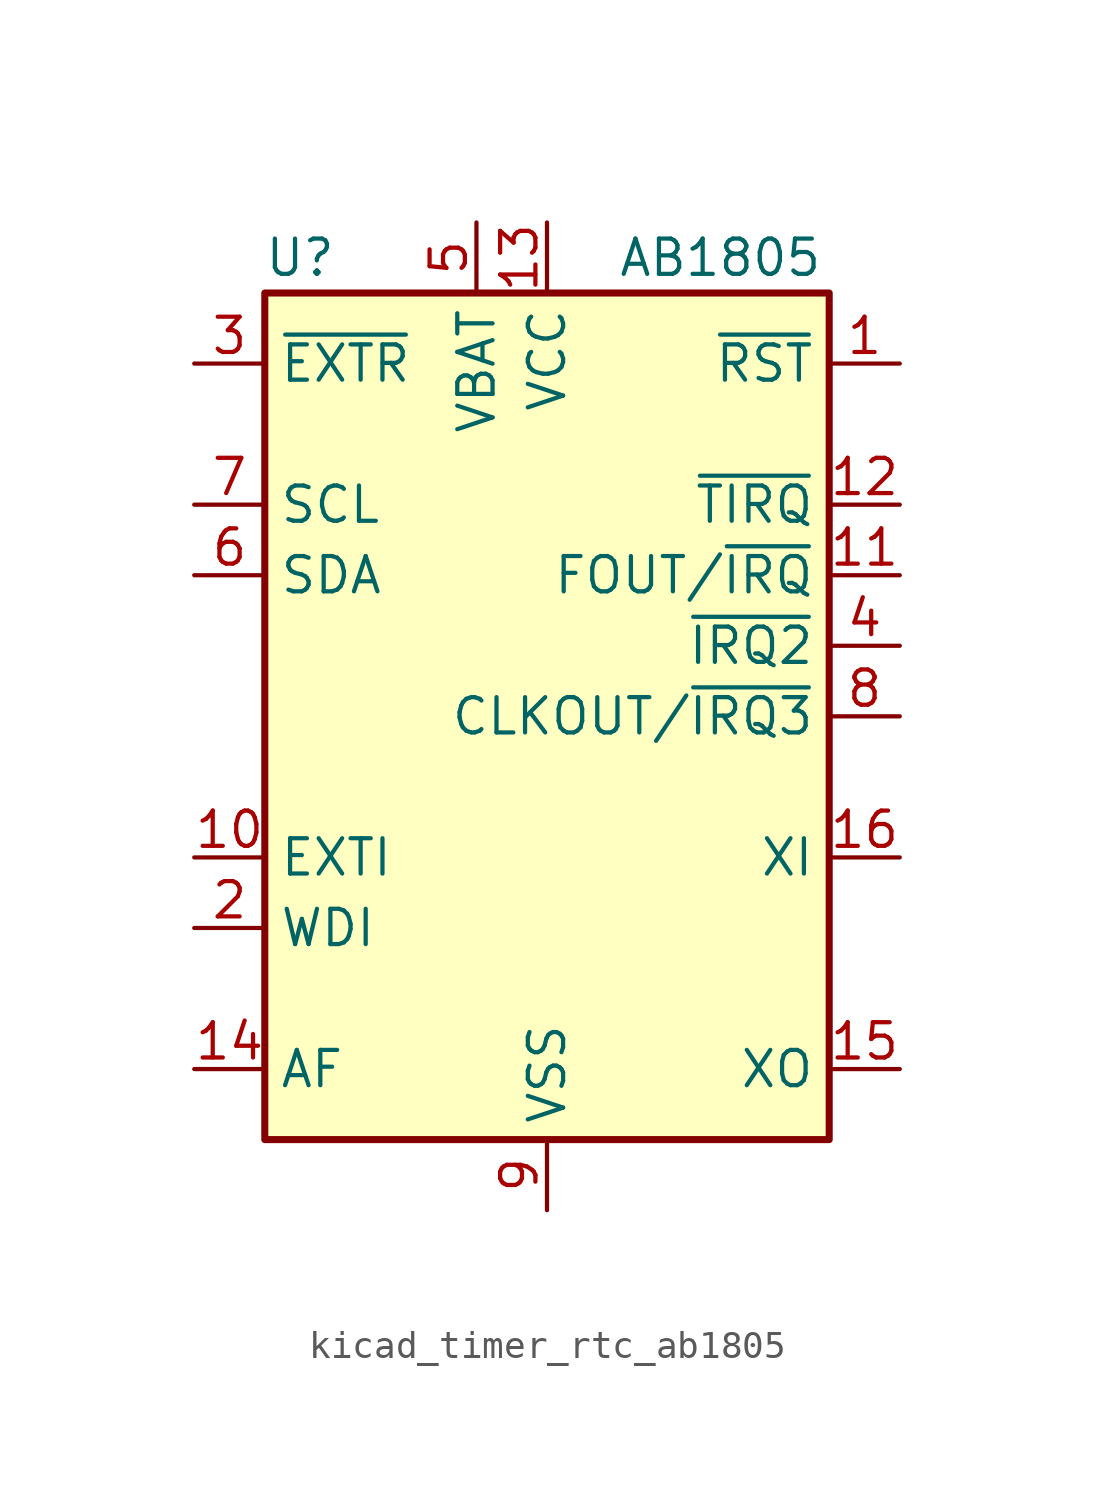
<source format=kicad_sym>
(kicad_symbol_lib
  (version 20220914)
  (generator kicad_symbol_editor)
  (symbol "kicad_timer_rtc_ab1805"
    (property "Reference" "U"
      (at -8.89 16.51 0)
      (effects (font (size 1.27 1.27))))
    (property "Value" "AB1805"
      (at 2.54 16.51 0)
      (effects (font (size 1.27 1.27)) (justify left)))
    (symbol "kicad_timer_rtc_ab1805_0_1"
      (rectangle (start -10.16 15.24) (end 10.16 -15.24) (stroke (width 0.254) (type default)) (fill (type background))))
    (symbol "kicad_timer_rtc_ab1805_1_1"
      (pin open_collector line (at 12.7 12.7 180) (length 2.54) (name "~{RST}" (effects (font (size 1.27 1.27)))) (number "1" (effects (font (size 1.27 1.27)))))
      (pin input line (at -12.7 -5.08 0) (length 2.54) (name "EXTI" (effects (font (size 1.27 1.27)))) (number "10" (effects (font (size 1.27 1.27)))))
      (pin open_collector line (at 12.7 5.08 180) (length 2.54) (name "FOUT/~{IRQ}" (effects (font (size 1.27 1.27)))) (number "11" (effects (font (size 1.27 1.27)))))
      (pin open_collector line (at 12.7 7.62 180) (length 2.54) (name "~{TIRQ}" (effects (font (size 1.27 1.27)))) (number "12" (effects (font (size 1.27 1.27)))))
      (pin power_in line (at 0 17.78 270) (length 2.54) (name "VCC" (effects (font (size 1.27 1.27)))) (number "13" (effects (font (size 1.27 1.27)))))
      (pin passive line (at -12.7 -12.7 0) (length 2.54) (name "AF" (effects (font (size 1.27 1.27)))) (number "14" (effects (font (size 1.27 1.27)))))
      (pin output line (at 12.7 -12.7 180) (length 2.54) (name "XO" (effects (font (size 1.27 1.27)))) (number "15" (effects (font (size 1.27 1.27)))))
      (pin input line (at 12.7 -5.08 180) (length 2.54) (name "XI" (effects (font (size 1.27 1.27)))) (number "16" (effects (font (size 1.27 1.27)))))
      (pin passive line (at 0 -17.78 90) (length 2.54) hide (name "VSS" (effects (font (size 1.27 1.27)))) (number "17" (effects (font (size 1.27 1.27)))))
      (pin input line (at -12.7 -7.62 0) (length 2.54) (name "WDI" (effects (font (size 1.27 1.27)))) (number "2" (effects (font (size 1.27 1.27)))))
      (pin input line (at -12.7 12.7 0) (length 2.54) (name "~{EXTR}" (effects (font (size 1.27 1.27)))) (number "3" (effects (font (size 1.27 1.27)))))
      (pin open_collector line (at 12.7 2.54 180) (length 2.54) (name "~{IRQ2}" (effects (font (size 1.27 1.27)))) (number "4" (effects (font (size 1.27 1.27)))))
      (pin power_in line (at -2.54 17.78 270) (length 2.54) (name "VBAT" (effects (font (size 1.27 1.27)))) (number "5" (effects (font (size 1.27 1.27)))))
      (pin bidirectional line (at -12.7 5.08 0) (length 2.54) (name "SDA" (effects (font (size 1.27 1.27)))) (number "6" (effects (font (size 1.27 1.27)))))
      (pin input line (at -12.7 7.62 0) (length 2.54) (name "SCL" (effects (font (size 1.27 1.27)))) (number "7" (effects (font (size 1.27 1.27)))))
      (pin output line (at 12.7 0 180) (length 2.54) (name "CLKOUT/~{IRQ3}" (effects (font (size 1.27 1.27)))) (number "8" (effects (font (size 1.27 1.27)))))
      (pin power_in line (at 0 -17.78 90) (length 2.54) (name "VSS" (effects (font (size 1.27 1.27)))) (number "9" (effects (font (size 1.27 1.27))))))))
</source>
